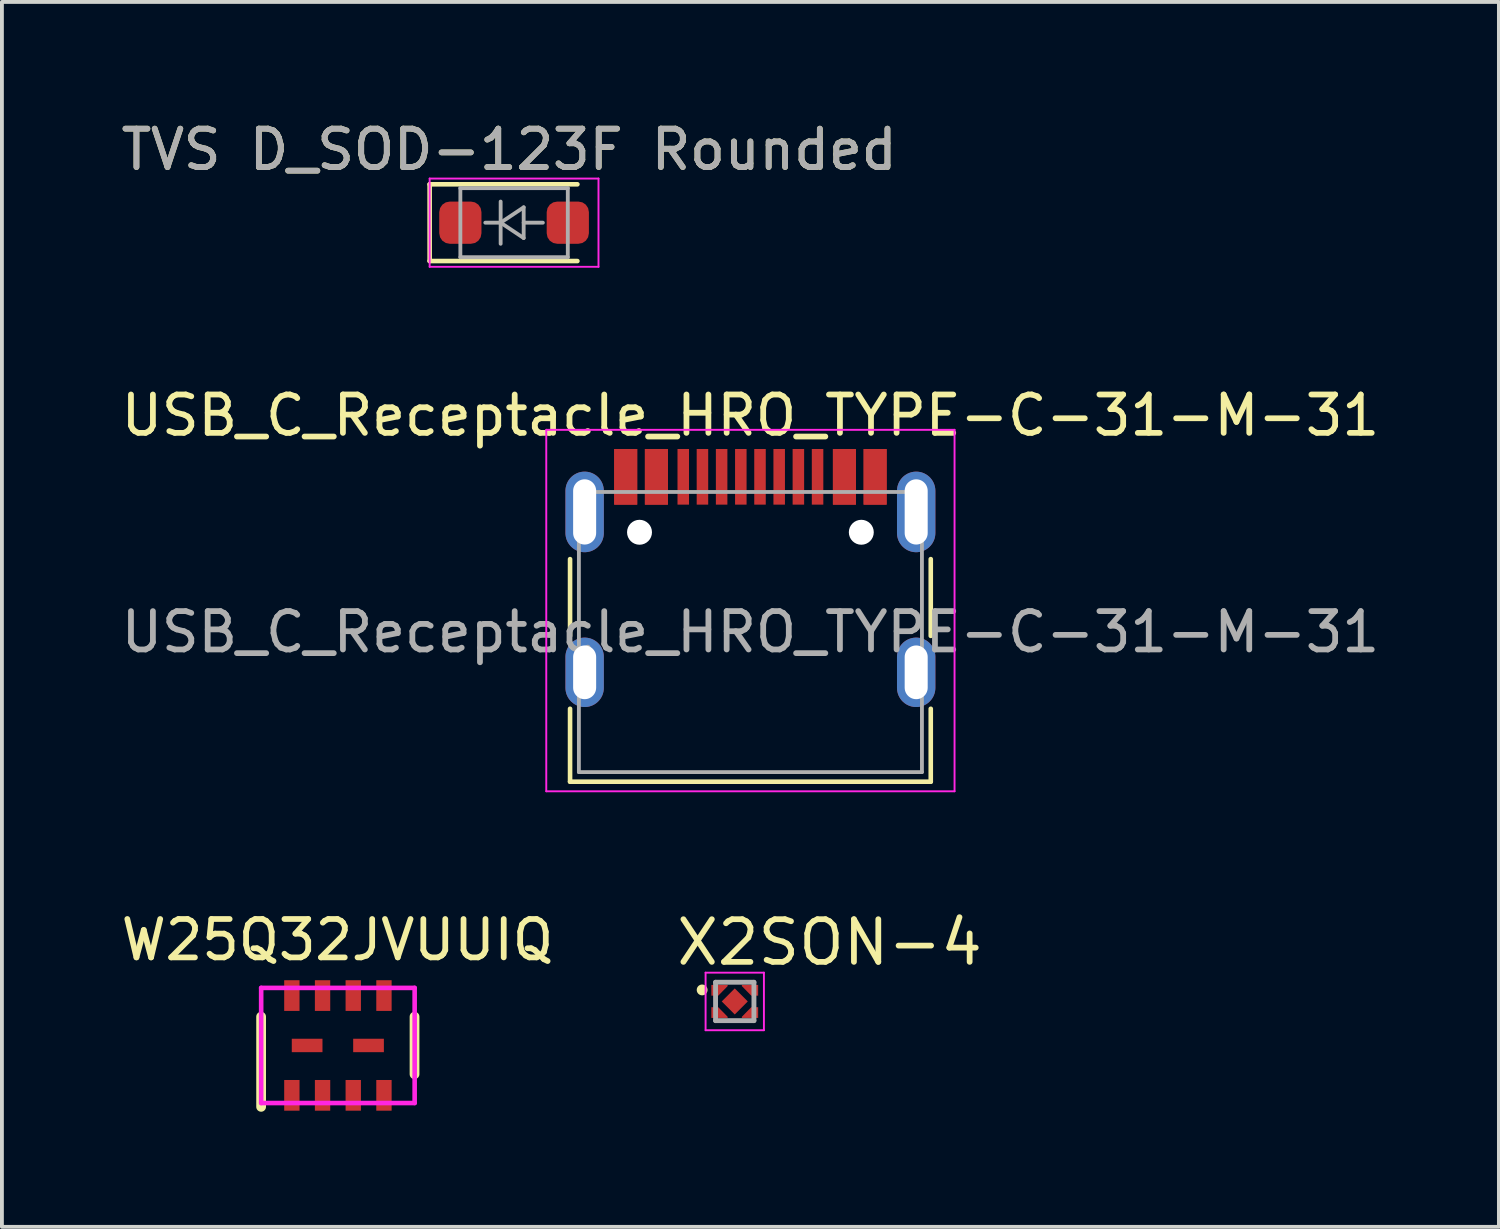
<source format=kicad_pcb>
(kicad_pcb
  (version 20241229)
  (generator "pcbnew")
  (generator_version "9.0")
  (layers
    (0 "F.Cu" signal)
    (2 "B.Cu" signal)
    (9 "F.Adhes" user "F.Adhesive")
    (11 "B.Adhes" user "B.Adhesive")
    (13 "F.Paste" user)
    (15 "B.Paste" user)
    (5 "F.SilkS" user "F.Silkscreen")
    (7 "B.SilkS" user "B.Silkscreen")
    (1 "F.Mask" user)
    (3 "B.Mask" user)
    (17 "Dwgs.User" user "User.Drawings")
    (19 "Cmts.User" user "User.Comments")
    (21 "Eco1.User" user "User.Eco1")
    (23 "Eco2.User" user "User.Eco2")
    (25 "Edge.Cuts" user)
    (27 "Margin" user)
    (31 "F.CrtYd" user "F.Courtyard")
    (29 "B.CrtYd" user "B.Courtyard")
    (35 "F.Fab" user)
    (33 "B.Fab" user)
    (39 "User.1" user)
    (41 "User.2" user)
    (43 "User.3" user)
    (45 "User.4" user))
  (footprint "W25Q32JVUUIQ"
    (layer "F.Cu")
    (at 5.744 24.195)
    (property "Reference" "W25Q32JVUUIQ" (at 0 -2.75 0) (layer "F.SilkS") (effects (font (size 1 1) (thickness 0.15))))
    (attr smd)
    (fp_line (start -1.989 -0.75) (end -1.989 1.6) (stroke (width 0.254) (type solid)) (layer "F.SilkS"))
    (fp_line (start 2.009 0.75) (end 2.009 -0.75) (stroke (width 0.254) (type solid)) (layer "F.SilkS"))
    (fp_circle (center -1.988 1.5) (end -1.958 1.5) (stroke (width 0.06) (type solid)) (fill no) (layer "Eco2.User"))
    (fp_line (start -1.988 -1.5) (end 2.012 -1.5) (stroke (width 0.12) (type solid)) (layer "F.CrtYd"))
    (fp_line (start -1.988 1.5) (end -1.988 -1.5) (stroke (width 0.12) (type solid)) (layer "F.CrtYd"))
    (fp_line (start 2.012 -1.5) (end 2.012 1.5) (stroke (width 0.12) (type solid)) (layer "F.CrtYd"))
    (fp_line (start 2.012 1.5) (end -1.988 1.5) (stroke (width 0.12) (type solid)) (layer "F.CrtYd"))
    (pad "1" smd rect (at -1.188 1.3) (size 0.4 0.8) (layers "F.Cu" "F.Mask" "F.Paste"))
    (pad "2" smd rect (at -0.388 1.3) (size 0.4 0.8) (layers "F.Cu" "F.Mask" "F.Paste"))
    (pad "3" smd rect (at 0.412 1.3) (size 0.4 0.8) (layers "F.Cu" "F.Mask" "F.Paste"))
    (pad "4" smd rect (at 1.212 1.3) (size 0.4 0.8) (layers "F.Cu" "F.Mask" "F.Paste"))
    (pad "5" smd rect (at 1.212 -1.3) (size 0.4 0.8) (layers "F.Cu" "F.Mask" "F.Paste"))
    (pad "6" smd rect (at 0.412 -1.3) (size 0.4 0.8) (layers "F.Cu" "F.Mask" "F.Paste"))
    (pad "7" smd rect (at -0.388 -1.3) (size 0.4 0.8) (layers "F.Cu" "F.Mask" "F.Paste"))
    (pad "8" smd rect (at -1.188 -1.3) (size 0.4 0.8) (layers "F.Cu" "F.Mask" "F.Paste"))
    (pad "9" smd rect (at -0.79 0 90) (size 0.35 0.8) (layers "F.Cu" "F.Mask" "F.Paste"))
    (pad "10" smd rect (at 0.81 0 90) (size 0.35 0.8) (layers "F.Cu" "F.Mask" "F.Paste")))
  (footprint "TVS D_SOD-123F Rounded"
    (layer "F.Cu")
    (at 10.347 2.753)
    (property "Reference" "TVS D_SOD-123F Rounded" (at -0.127 -1.905 0) (layer "F.SilkS") (effects (font (size 1 1) (thickness 0.15))))
    (attr smd)
    (fp_line (start -2.2 -1) (end -2.2 1) (stroke (width 0.12) (type solid)) (layer "F.SilkS"))
    (fp_line (start -2.2 -1) (end 1.65 -1) (stroke (width 0.12) (type solid)) (layer "F.SilkS"))
    (fp_line (start -2.2 1) (end 1.65 1) (stroke (width 0.12) (type solid)) (layer "F.SilkS"))
    (fp_line (start -2.2 -1.15) (end -2.2 1.15) (stroke (width 0.05) (type solid)) (layer "F.CrtYd"))
    (fp_line (start -2.2 -1.15) (end 2.2 -1.15) (stroke (width 0.05) (type solid)) (layer "F.CrtYd"))
    (fp_line (start 2.2 -1.15) (end 2.2 1.15) (stroke (width 0.05) (type solid)) (layer "F.CrtYd"))
    (fp_line (start 2.2 1.15) (end -2.2 1.15) (stroke (width 0.05) (type solid)) (layer "F.CrtYd"))
    (fp_line (start -1.4 -0.9) (end 1.4 -0.9) (stroke (width 0.1) (type solid)) (layer "F.Fab"))
    (fp_line (start -1.4 0.9) (end -1.4 -0.9) (stroke (width 0.1) (type solid)) (layer "F.Fab"))
    (fp_line (start -0.75 0) (end -0.35 0) (stroke (width 0.1) (type solid)) (layer "F.Fab"))
    (fp_line (start -0.35 0) (end -0.35 -0.55) (stroke (width 0.1) (type solid)) (layer "F.Fab"))
    (fp_line (start -0.35 0) (end -0.35 0.55) (stroke (width 0.1) (type solid)) (layer "F.Fab"))
    (fp_line (start -0.35 0) (end 0.25 -0.4) (stroke (width 0.1) (type solid)) (layer "F.Fab"))
    (fp_line (start 0.25 -0.4) (end 0.25 0.4) (stroke (width 0.1) (type solid)) (layer "F.Fab"))
    (fp_line (start 0.25 0) (end 0.75 0) (stroke (width 0.1) (type solid)) (layer "F.Fab"))
    (fp_line (start 0.25 0.4) (end -0.35 0) (stroke (width 0.1) (type solid)) (layer "F.Fab"))
    (fp_line (start 1.4 -0.9) (end 1.4 0.9) (stroke (width 0.1) (type solid)) (layer "F.Fab"))
    (fp_line (start 1.4 0.9) (end -1.4 0.9) (stroke (width 0.1) (type solid)) (layer "F.Fab"))
    (fp_text user "${REFERENCE}" (at -0.127 -1.905 0) (layer "F.Fab") (effects (font (size 1 1) (thickness 0.15))))
    (pad "1" smd roundrect (at -1.4 0) (size 1.1 1.1) (layers "F.Cu" "F.Mask" "F.Paste") (roundrect_rratio 0.25))
    (pad "2" smd roundrect (at 1.4 0) (size 1.1 1.1) (layers "F.Cu" "F.Mask" "F.Paste") (roundrect_rratio 0.25)))
  (footprint "X2SON-4"
    (layer "F.Cu")
    (at 16.098 23.048)
    (property "Reference" "X2SON-4" (at 2.471 -1.538 0) (layer "F.SilkS") (effects (font (size 1.111 1.111) (thickness 0.15))))
    (attr through_hole)
    (fp_poly (pts (xy 0 -0.411) (xy 0.413 0.002) (xy 0 0.415) (xy -0.413 0.002)) (stroke (width 0.01) (type solid)) (fill yes) (layer "F.Mask"))
    (fp_poly (pts (xy -0.135 -0.48) (xy -0.66 -0.48) (xy -0.66 -0.1) (xy -0.38 -0.1) (xy -0.135 -0.35)) (stroke (width 0) (type solid)) (fill yes) (layer "F.Mask"))
    (fp_poly (pts (xy -0.135 0.48) (xy -0.66 0.48) (xy -0.66 0.1) (xy -0.38 0.1) (xy -0.135 0.35)) (stroke (width 0) (type solid)) (fill yes) (layer "F.Mask"))
    (fp_poly (pts (xy 0.135 -0.48) (xy 0.66 -0.48) (xy 0.66 -0.1) (xy 0.38 -0.1) (xy 0.135 -0.35)) (stroke (width 0) (type solid)) (fill yes) (layer "F.Mask"))
    (fp_poly (pts (xy 0.135 0.48) (xy 0.66 0.48) (xy 0.66 0.1) (xy 0.38 0.1) (xy 0.135 0.35)) (stroke (width 0) (type solid)) (fill yes) (layer "F.Mask"))
    (fp_circle (center -0.85 -0.3) (end -0.709 -0.3) (stroke (width 0) (type solid)) (fill yes) (layer "F.SilkS"))
    (fp_poly (pts (xy 0 -0.343) (xy 0.342 -0.002) (xy 0 0.34) (xy -0.342 -0.002)) (stroke (width 0.01) (type solid)) (fill yes) (layer "F.Paste"))
    (fp_poly (pts (xy -0.185 -0.43) (xy -0.61 -0.43) (xy -0.61 -0.15) (xy -0.43 -0.15) (xy -0.185 -0.4)) (stroke (width 0) (type solid)) (fill yes) (layer "F.Paste"))
    (fp_poly (pts (xy -0.185 0.43) (xy -0.61 0.43) (xy -0.61 0.15) (xy -0.43 0.15) (xy -0.185 0.4)) (stroke (width 0) (type solid)) (fill yes) (layer "F.Paste"))
    (fp_poly (pts (xy 0.185 -0.43) (xy 0.61 -0.43) (xy 0.61 -0.15) (xy 0.43 -0.15) (xy 0.185 -0.4)) (stroke (width 0) (type solid)) (fill yes) (layer "F.Paste"))
    (fp_poly (pts (xy 0.185 0.43) (xy 0.61 0.43) (xy 0.61 0.15) (xy 0.43 0.15) (xy 0.185 0.4)) (stroke (width 0) (type solid)) (fill yes) (layer "F.Paste"))
    (fp_line (start -0.76 -0.75) (end 0.76 -0.75) (stroke (width 0.05) (type solid)) (layer "F.CrtYd"))
    (fp_line (start -0.76 0.75) (end -0.76 -0.75) (stroke (width 0.05) (type solid)) (layer "F.CrtYd"))
    (fp_line (start 0.76 -0.75) (end 0.76 0.75) (stroke (width 0.05) (type solid)) (layer "F.CrtYd"))
    (fp_line (start 0.76 0.75) (end -0.76 0.75) (stroke (width 0.05) (type solid)) (layer "F.CrtYd"))
    (fp_line (start -0.5 -0.5) (end 0.5 -0.5) (stroke (width 0.127) (type solid)) (layer "F.Fab"))
    (fp_line (start -0.5 0.5) (end -0.5 -0.5) (stroke (width 0.127) (type solid)) (layer "F.Fab"))
    (fp_line (start 0.5 -0.5) (end 0.5 0.5) (stroke (width 0.127) (type solid)) (layer "F.Fab"))
    (fp_line (start 0.5 0.5) (end -0.5 0.5) (stroke (width 0.127) (type solid)) (layer "F.Fab"))
    (pad "1" smd custom (at -0.435 -0.335) (size 0.2 0.13) (layers "F.Cu") (options (anchor rect)) (primitives (gr_poly (pts (xy 0.25 -0.095) (xy -0.175 -0.095) (xy -0.175 0.185) (xy 0.005 0.185) (xy 0.25 -0.065)) (width 0) (fill yes))))
    (pad "2" smd custom (at -0.435 0.335) (size 0.2 0.13) (layers "F.Cu") (options (anchor rect)) (primitives (gr_poly (pts (xy 0.25 0.095) (xy -0.175 0.095) (xy -0.175 -0.185) (xy 0.005 -0.185) (xy 0.25 0.065)) (width 0) (fill yes))))
    (pad "3" smd custom (at 0.435 0.335) (size 0.2 0.13) (layers "F.Cu") (options (anchor rect)) (primitives (gr_poly (pts (xy -0.25 0.095) (xy 0.175 0.095) (xy 0.175 -0.185) (xy -0.005 -0.185) (xy -0.25 0.065)) (width 0) (fill yes))))
    (pad "4" smd custom (at 0.435 -0.335) (size 0.2 0.13) (layers "F.Cu") (options (anchor rect)) (primitives (gr_poly (pts (xy -0.25 -0.095) (xy 0.175 -0.095) (xy 0.175 0.185) (xy -0.005 0.185) (xy -0.25 -0.065)) (width 0) (fill yes))))
    (pad "5" smd rect (at 0 0 315) (size 0.48 0.48) (layers "F.Cu")))
  (footprint "USB_C_Receptacle_HRO_TYPE-C-31-M-31"
    (layer "F.Cu")
    (at 16.506 13.421)
    (property "Reference" "USB_C_Receptacle_HRO_TYPE-C-31-M-31" (at 0 -5.645 180) (layer "F.SilkS") (effects (font (size 1 1) (thickness 0.15))))
    (attr smd)
    (fp_line (start -4.7 -1.9) (end -4.7 0.1) (stroke (width 0.12) (type solid)) (layer "F.SilkS"))
    (fp_line (start -4.7 2) (end -4.7 3.9) (stroke (width 0.12) (type solid)) (layer "F.SilkS"))
    (fp_line (start -4.7 3.9) (end 4.7 3.9) (stroke (width 0.12) (type solid)) (layer "F.SilkS"))
    (fp_line (start 4.7 -1.9) (end 4.7 0.1) (stroke (width 0.12) (type solid)) (layer "F.SilkS"))
    (fp_line (start 4.7 2) (end 4.7 3.9) (stroke (width 0.12) (type solid)) (layer "F.SilkS"))
    (fp_line (start -5.32 -5.27) (end -5.32 4.15) (stroke (width 0.05) (type solid)) (layer "F.CrtYd"))
    (fp_line (start -5.32 -5.27) (end 5.32 -5.27) (stroke (width 0.05) (type solid)) (layer "F.CrtYd"))
    (fp_line (start -5.32 4.15) (end 5.32 4.15) (stroke (width 0.05) (type solid)) (layer "F.CrtYd"))
    (fp_line (start 5.32 -5.27) (end 5.32 4.15) (stroke (width 0.05) (type solid)) (layer "F.CrtYd"))
    (fp_line (start -4.47 -3.65) (end -4.47 3.65) (stroke (width 0.1) (type solid)) (layer "F.Fab"))
    (fp_line (start -4.47 -3.65) (end 4.47 -3.65) (stroke (width 0.1) (type solid)) (layer "F.Fab"))
    (fp_line (start -4.47 3.65) (end 4.47 3.65) (stroke (width 0.1) (type solid)) (layer "F.Fab"))
    (fp_line (start 4.47 -3.65) (end 4.47 3.65) (stroke (width 0.1) (type solid)) (layer "F.Fab"))
    (fp_text user "${REFERENCE}" (at 0 0 180) (layer "F.Fab") (effects (font (size 1 1) (thickness 0.15))))
    (pad "" np_thru_hole circle (at -2.89 -2.6) (size 0.65 0.65) (drill 0.65) (layers "*.Cu" "*.Mask"))
    (pad "" np_thru_hole circle (at 2.89 -2.6) (size 0.65 0.65) (drill 0.65) (layers "*.Cu" "*.Mask"))
    (pad "A1" smd rect (at -3.25 -4.045) (size 0.6 1.45) (layers "F.Cu" "F.Mask" "F.Paste"))
    (pad "A4" smd rect (at -2.45 -4.045) (size 0.6 1.45) (layers "F.Cu" "F.Mask" "F.Paste"))
    (pad "A5" smd rect (at -1.25 -4.045) (size 0.3 1.45) (layers "F.Cu" "F.Mask" "F.Paste"))
    (pad "A6" smd rect (at -0.25 -4.045) (size 0.3 1.45) (layers "F.Cu" "F.Mask" "F.Paste"))
    (pad "A7" smd rect (at 0.25 -4.045) (size 0.3 1.45) (layers "F.Cu" "F.Mask" "F.Paste"))
    (pad "A8" smd rect (at 1.25 -4.045) (size 0.3 1.45) (layers "F.Cu" "F.Mask" "F.Paste"))
    (pad "A9" smd rect (at 2.45 -4.045) (size 0.6 1.45) (layers "F.Cu" "F.Mask" "F.Paste"))
    (pad "A12" smd rect (at 3.25 -4.045) (size 0.6 1.45) (layers "F.Cu" "F.Mask" "F.Paste"))
    (pad "B1" smd rect (at 3.25 -4.045) (size 0.6 1.45) (layers "F.Cu" "F.Mask" "F.Paste"))
    (pad "B4" smd rect (at 2.45 -4.045) (size 0.6 1.45) (layers "F.Cu" "F.Mask" "F.Paste"))
    (pad "B5" smd rect (at 1.75 -4.045) (size 0.3 1.45) (layers "F.Cu" "F.Mask" "F.Paste"))
    (pad "B6" smd rect (at 0.75 -4.045) (size 0.3 1.45) (layers "F.Cu" "F.Mask" "F.Paste"))
    (pad "B7" smd rect (at -0.75 -4.045) (size 0.3 1.45) (layers "F.Cu" "F.Mask" "F.Paste"))
    (pad "B8" smd rect (at -1.75 -4.045) (size 0.3 1.45) (layers "F.Cu" "F.Mask" "F.Paste"))
    (pad "B9" smd rect (at -2.45 -4.045) (size 0.6 1.45) (layers "F.Cu" "F.Mask" "F.Paste"))
    (pad "B12" smd rect (at -3.25 -4.045) (size 0.6 1.45) (layers "F.Cu" "F.Mask" "F.Paste"))
    (pad "S1" thru_hole oval (at 4.32 1.05) (size 1 1.81) (drill oval 0.6 1.4) (layers "*.Cu" "*.Mask"))
    (pad "S2" thru_hole oval (at 4.32 -3.13) (size 1 2.1) (drill oval 0.6 1.7) (layers "*.Cu" "*.Mask"))
    (pad "S3" thru_hole oval (at -4.32 -3.13) (size 1 2.1) (drill oval 0.6 1.7) (layers "*.Cu" "*.Mask"))
    (pad "S4" thru_hole oval (at -4.32 1.05) (size 1 1.81) (drill oval 0.6 1.4) (layers "*.Cu" "*.Mask")))
  (gr_rect
    (start -3 -3)
    (end 36.012 28.922)
    (stroke (width 0.1) (type default))
    (fill no)
    (layer "Edge.Cuts")))
</source>
